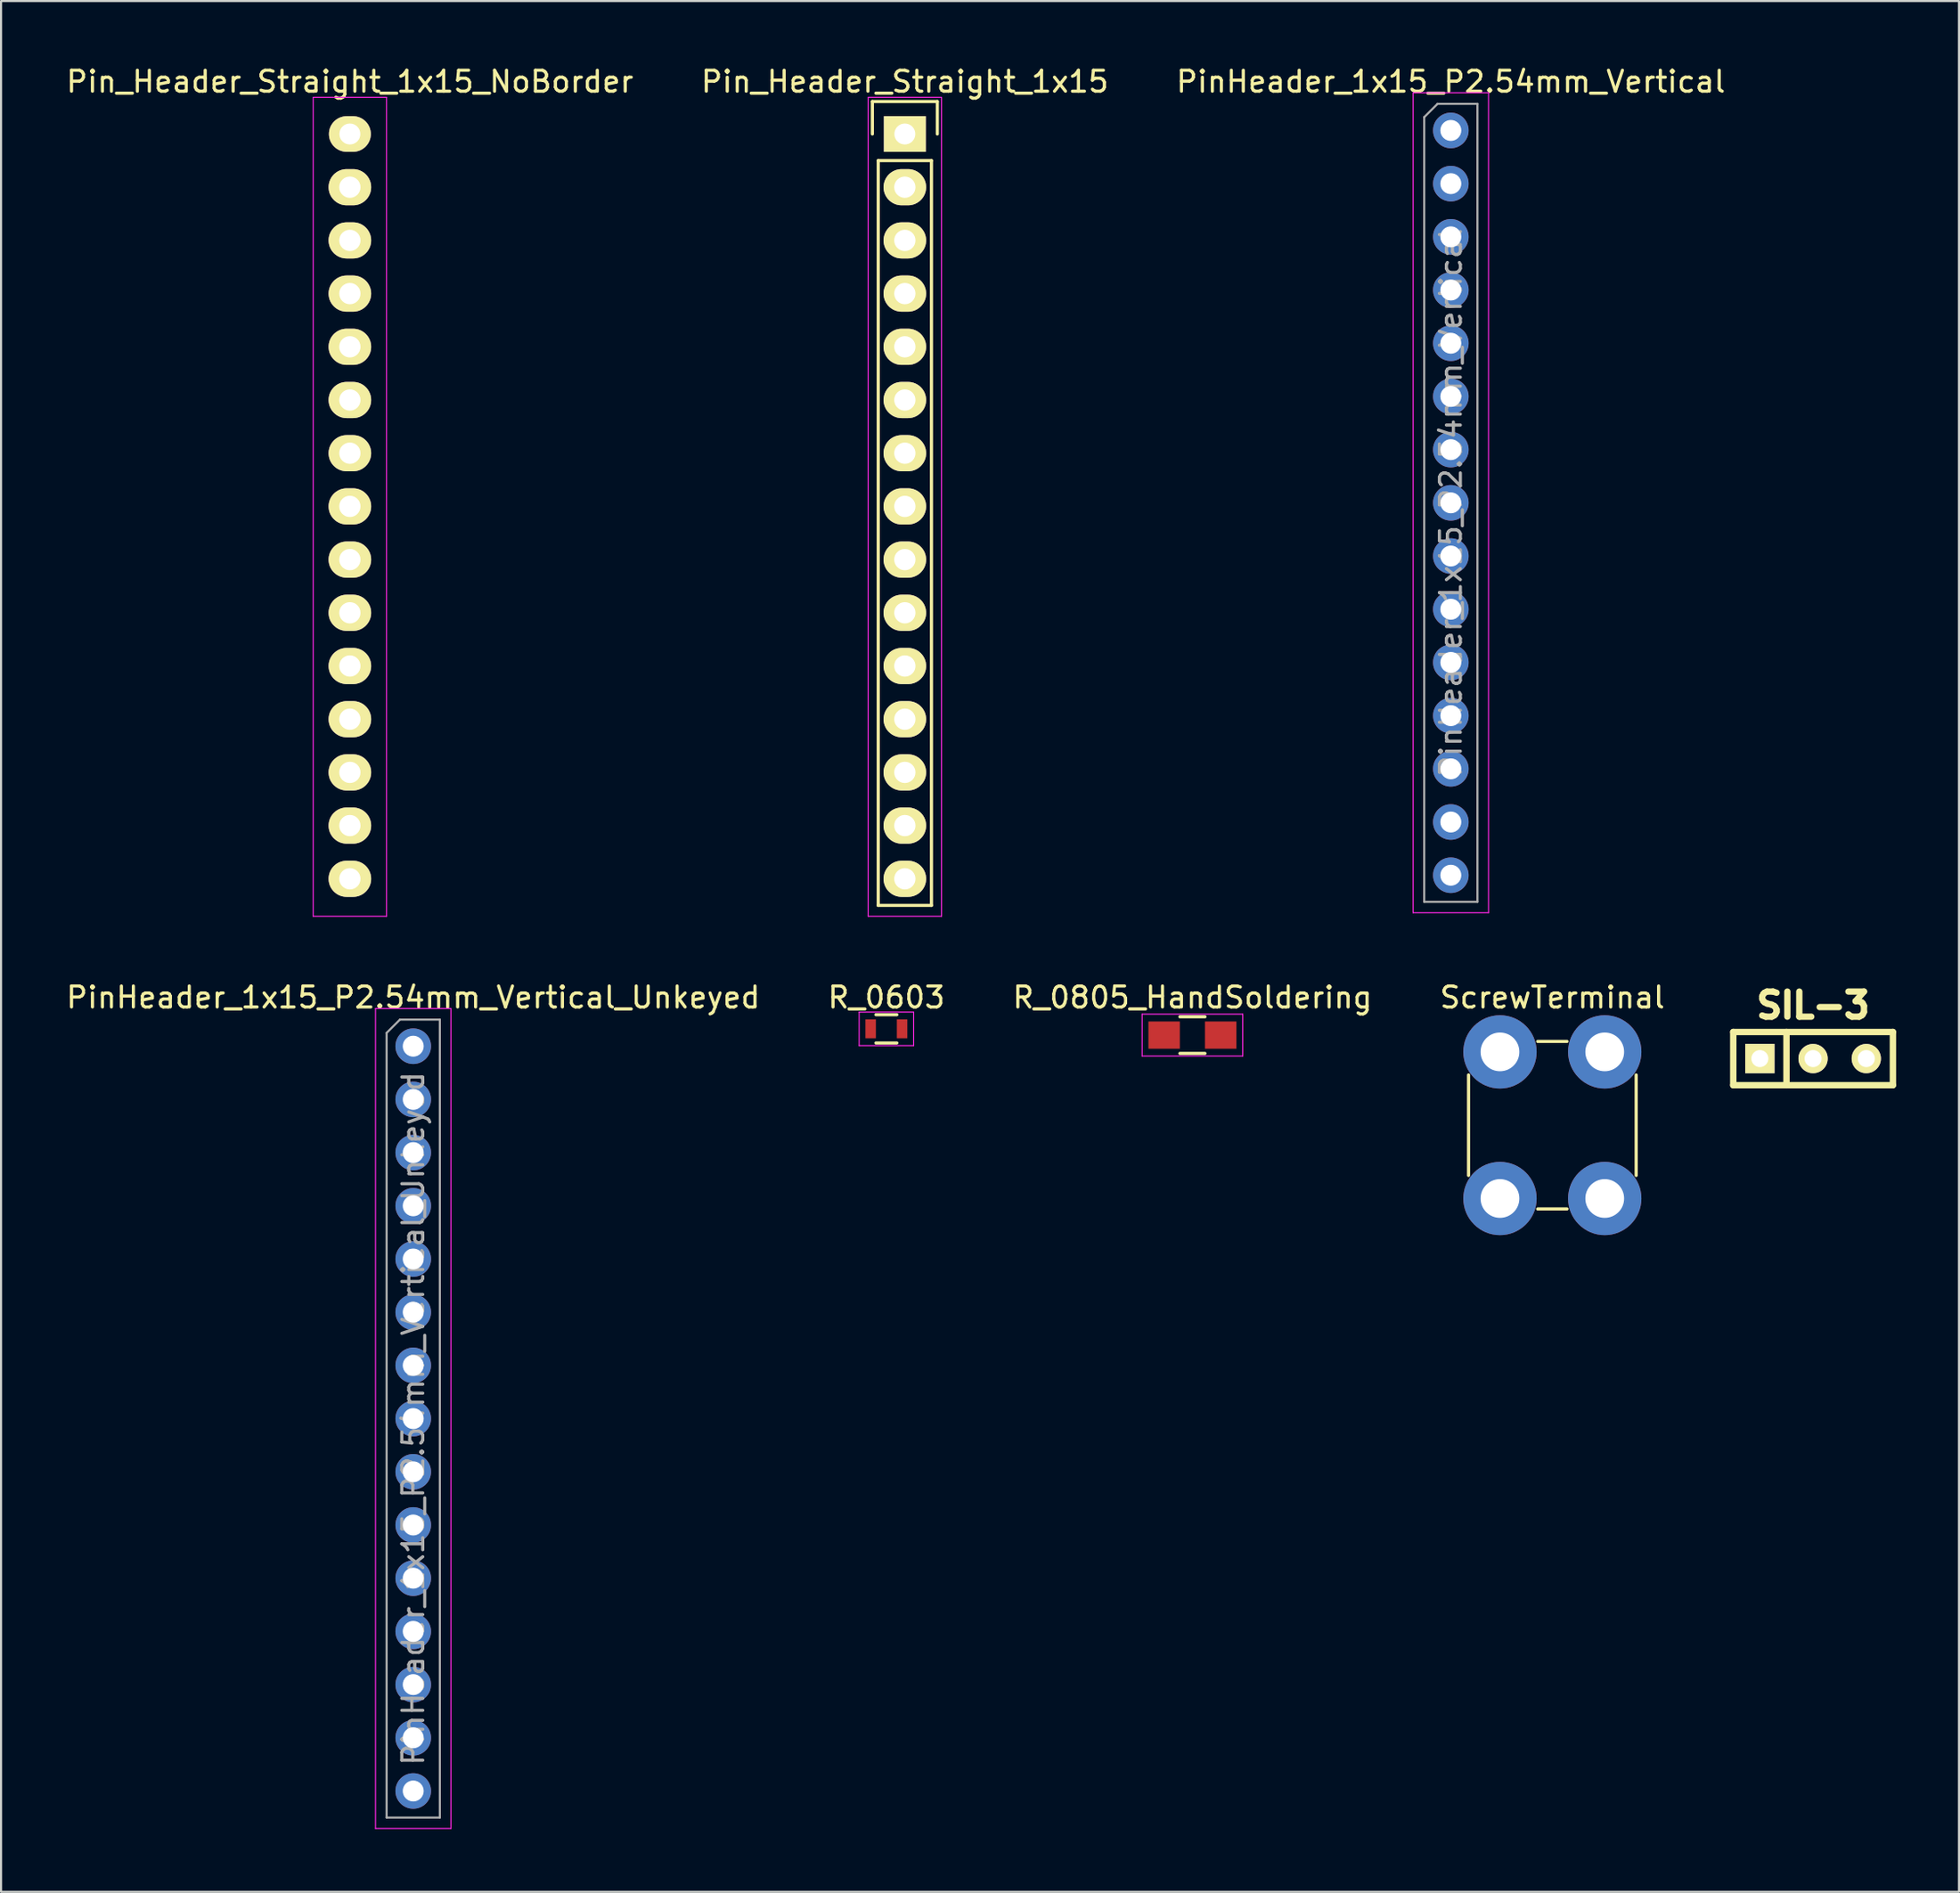
<source format=kicad_pcb>
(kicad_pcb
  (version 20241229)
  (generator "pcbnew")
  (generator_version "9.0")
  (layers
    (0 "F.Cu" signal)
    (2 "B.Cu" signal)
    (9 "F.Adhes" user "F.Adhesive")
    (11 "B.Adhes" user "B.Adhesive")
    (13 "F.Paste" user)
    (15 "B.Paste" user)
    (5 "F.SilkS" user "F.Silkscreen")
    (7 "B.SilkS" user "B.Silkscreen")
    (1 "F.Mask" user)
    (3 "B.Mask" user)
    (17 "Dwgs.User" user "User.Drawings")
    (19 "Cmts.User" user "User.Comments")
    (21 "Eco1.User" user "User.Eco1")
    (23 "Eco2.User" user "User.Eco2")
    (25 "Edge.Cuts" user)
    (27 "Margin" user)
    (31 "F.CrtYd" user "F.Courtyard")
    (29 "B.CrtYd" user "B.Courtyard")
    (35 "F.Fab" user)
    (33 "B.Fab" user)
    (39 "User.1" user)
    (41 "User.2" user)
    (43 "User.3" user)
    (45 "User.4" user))
  (footprint "R_0603"
    (layer "F.Cu")
    (at 39.256 46.072)
    (property "Reference" "R_0603" (at 0 -1.5 0) (layer "F.SilkS") (effects (font (size 1 1) (thickness 0.15))))
    (attr smd)
    (fp_line (start -0.5 -0.675) (end 0.5 -0.675) (stroke (width 0.15) (type solid)) (layer "F.SilkS"))
    (fp_line (start 0.5 0.675) (end -0.5 0.675) (stroke (width 0.15) (type solid)) (layer "F.SilkS"))
    (fp_line (start -1.3 -0.8) (end -1.3 0.8) (stroke (width 0.05) (type solid)) (layer "F.CrtYd"))
    (fp_line (start -1.3 -0.8) (end 1.3 -0.8) (stroke (width 0.05) (type solid)) (layer "F.CrtYd"))
    (fp_line (start -1.3 0.8) (end 1.3 0.8) (stroke (width 0.05) (type solid)) (layer "F.CrtYd"))
    (fp_line (start 1.3 -0.8) (end 1.3 0.8) (stroke (width 0.05) (type solid)) (layer "F.CrtYd"))
    (pad "1" smd rect (at -0.75 0) (size 0.5 0.9) (layers "F.Cu" "F.Mask" "F.Paste"))
    (pad "2" smd rect (at 0.75 0) (size 0.5 0.9) (layers "F.Cu" "F.Mask" "F.Paste")))
  (footprint "Pin_Header_Straight_1x15"
    (layer "F.Cu")
    (at 40.137 3.348)
    (property "Reference" "Pin_Header_Straight_1x15" (at 0 -2.5 0) (layer "F.SilkS") (effects (font (size 1 1) (thickness 0.15))))
    (attr through_hole)
    (fp_line (start -1.55 -1.55) (end 1.55 -1.55) (stroke (width 0.15) (type solid)) (layer "F.SilkS"))
    (fp_line (start -1.55 0) (end -1.55 -1.55) (stroke (width 0.15) (type solid)) (layer "F.SilkS"))
    (fp_line (start -1.27 1.27) (end -1.27 36.83) (stroke (width 0.15) (type solid)) (layer "F.SilkS"))
    (fp_line (start -1.27 36.83) (end 1.27 36.83) (stroke (width 0.15) (type solid)) (layer "F.SilkS"))
    (fp_line (start 1.27 1.27) (end -1.27 1.27) (stroke (width 0.15) (type solid)) (layer "F.SilkS"))
    (fp_line (start 1.27 36.83) (end 1.27 1.27) (stroke (width 0.15) (type solid)) (layer "F.SilkS"))
    (fp_line (start 1.55 -1.55) (end 1.55 0) (stroke (width 0.15) (type solid)) (layer "F.SilkS"))
    (fp_line (start -1.75 -1.75) (end -1.75 37.35) (stroke (width 0.05) (type solid)) (layer "F.CrtYd"))
    (fp_line (start -1.75 -1.75) (end 1.75 -1.75) (stroke (width 0.05) (type solid)) (layer "F.CrtYd"))
    (fp_line (start -1.75 37.35) (end 1.75 37.35) (stroke (width 0.05) (type solid)) (layer "F.CrtYd"))
    (fp_line (start 1.75 -1.75) (end 1.75 37.35) (stroke (width 0.05) (type solid)) (layer "F.CrtYd"))
    (pad "1" thru_hole rect (at 0 0) (size 2 1.7) (drill 1) (layers "*.Cu" "*.Mask" "F.SilkS"))
    (pad "2" thru_hole oval (at 0 2.54) (size 2.032 1.727) (drill 1.016) (layers "*.Cu" "*.Mask" "F.SilkS"))
    (pad "3" thru_hole oval (at 0 5.08) (size 2.032 1.727) (drill 1.016) (layers "*.Cu" "*.Mask" "F.SilkS"))
    (pad "4" thru_hole oval (at 0 7.62) (size 2.032 1.727) (drill 1.016) (layers "*.Cu" "*.Mask" "F.SilkS"))
    (pad "5" thru_hole oval (at 0 10.16) (size 2.032 1.727) (drill 1.016) (layers "*.Cu" "*.Mask" "F.SilkS"))
    (pad "6" thru_hole oval (at 0 12.7) (size 2.032 1.727) (drill 1.016) (layers "*.Cu" "*.Mask" "F.SilkS"))
    (pad "7" thru_hole oval (at 0 15.24) (size 2.032 1.727) (drill 1.016) (layers "*.Cu" "*.Mask" "F.SilkS"))
    (pad "8" thru_hole oval (at 0 17.78) (size 2.032 1.727) (drill 1.016) (layers "*.Cu" "*.Mask" "F.SilkS"))
    (pad "9" thru_hole oval (at 0 20.32) (size 2.032 1.727) (drill 1.016) (layers "*.Cu" "*.Mask" "F.SilkS"))
    (pad "10" thru_hole oval (at 0 22.86) (size 2.032 1.727) (drill 1.016) (layers "*.Cu" "*.Mask" "F.SilkS"))
    (pad "11" thru_hole oval (at 0 25.4) (size 2.032 1.727) (drill 1.016) (layers "*.Cu" "*.Mask" "F.SilkS"))
    (pad "12" thru_hole oval (at 0 27.94) (size 2.032 1.727) (drill 1.016) (layers "*.Cu" "*.Mask" "F.SilkS"))
    (pad "13" thru_hole oval (at 0 30.48) (size 2.032 1.727) (drill 1.016) (layers "*.Cu" "*.Mask" "F.SilkS"))
    (pad "14" thru_hole oval (at 0 33.02) (size 2.032 1.727) (drill 1.016) (layers "*.Cu" "*.Mask" "F.SilkS"))
    (pad "15" thru_hole oval (at 0 35.56) (size 2.032 1.727) (drill 1.016) (layers "*.Cu" "*.Mask" "F.SilkS")))
  (footprint "ScrewTerminal"
    (layer "F.Cu")
    (at 71.042 50.672)
    (property "Reference" "ScrewTerminal" (at 0 -6.1 0) (layer "F.SilkS") (effects (font (size 1 1) (thickness 0.15))))
    (attr through_hole)
    (fp_line (start -4 -2.4) (end -4 2.4) (stroke (width 0.15) (type solid)) (layer "F.SilkS"))
    (fp_line (start -0.7 -4) (end 0.7 -4) (stroke (width 0.15) (type solid)) (layer "F.SilkS"))
    (fp_line (start -0.7 4) (end 0.7 4) (stroke (width 0.15) (type solid)) (layer "F.SilkS"))
    (fp_line (start 4 -2.4) (end 4 2.4) (stroke (width 0.15) (type solid)) (layer "F.SilkS"))
    (pad "1" thru_hole circle (at -2.5 -3.5) (size 3.5 3.5) (drill 1.85) (layers "*.Cu" "*.Mask"))
    (pad "1" thru_hole circle (at -2.5 3.5) (size 3.5 3.5) (drill 1.85) (layers "*.Cu" "*.Mask"))
    (pad "1" thru_hole circle (at 2.5 -3.5) (size 3.5 3.5) (drill 1.85) (layers "*.Cu" "*.Mask"))
    (pad "1" thru_hole circle (at 2.5 3.5) (size 3.5 3.5) (drill 1.85) (layers "*.Cu" "*.Mask")))
  (footprint "Pin_Header_Straight_1x15_NoBorder"
    (layer "F.Cu")
    (at 13.649 3.348)
    (property "Reference" "Pin_Header_Straight_1x15_NoBorder" (at 0 -2.5 0) (layer "F.SilkS") (effects (font (size 1 1) (thickness 0.15))))
    (attr through_hole)
    (fp_line (start -1.75 -1.75) (end -1.75 37.35) (stroke (width 0.05) (type solid)) (layer "F.CrtYd"))
    (fp_line (start -1.75 -1.75) (end 1.75 -1.75) (stroke (width 0.05) (type solid)) (layer "F.CrtYd"))
    (fp_line (start -1.75 37.35) (end 1.75 37.35) (stroke (width 0.05) (type solid)) (layer "F.CrtYd"))
    (fp_line (start 1.75 -1.75) (end 1.75 37.35) (stroke (width 0.05) (type solid)) (layer "F.CrtYd"))
    (pad "1" thru_hole oval (at 0 0) (size 2 1.7) (drill 1) (layers "*.Cu" "*.Mask" "F.SilkS"))
    (pad "2" thru_hole oval (at 0 2.54) (size 2.032 1.727) (drill 1.016) (layers "*.Cu" "*.Mask" "F.SilkS"))
    (pad "3" thru_hole oval (at 0 5.08) (size 2.032 1.727) (drill 1.016) (layers "*.Cu" "*.Mask" "F.SilkS"))
    (pad "4" thru_hole oval (at 0 7.62) (size 2.032 1.727) (drill 1.016) (layers "*.Cu" "*.Mask" "F.SilkS"))
    (pad "5" thru_hole oval (at 0 10.16) (size 2.032 1.727) (drill 1.016) (layers "*.Cu" "*.Mask" "F.SilkS"))
    (pad "6" thru_hole oval (at 0 12.7) (size 2.032 1.727) (drill 1.016) (layers "*.Cu" "*.Mask" "F.SilkS"))
    (pad "7" thru_hole oval (at 0 15.24) (size 2.032 1.727) (drill 1.016) (layers "*.Cu" "*.Mask" "F.SilkS"))
    (pad "8" thru_hole oval (at 0 17.78) (size 2.032 1.727) (drill 1.016) (layers "*.Cu" "*.Mask" "F.SilkS"))
    (pad "9" thru_hole oval (at 0 20.32) (size 2.032 1.727) (drill 1.016) (layers "*.Cu" "*.Mask" "F.SilkS"))
    (pad "10" thru_hole oval (at 0 22.86) (size 2.032 1.727) (drill 1.016) (layers "*.Cu" "*.Mask" "F.SilkS"))
    (pad "11" thru_hole oval (at 0 25.4) (size 2.032 1.727) (drill 1.016) (layers "*.Cu" "*.Mask" "F.SilkS"))
    (pad "12" thru_hole oval (at 0 27.94) (size 2.032 1.727) (drill 1.016) (layers "*.Cu" "*.Mask" "F.SilkS"))
    (pad "13" thru_hole oval (at 0 30.48) (size 2.032 1.727) (drill 1.016) (layers "*.Cu" "*.Mask" "F.SilkS"))
    (pad "14" thru_hole oval (at 0 33.02) (size 2.032 1.727) (drill 1.016) (layers "*.Cu" "*.Mask" "F.SilkS"))
    (pad "15" thru_hole oval (at 0 35.56) (size 2.032 1.727) (drill 1.016) (layers "*.Cu" "*.Mask" "F.SilkS")))
  (footprint "PinHeader_1x15_P2.54mm_Vertical_Unkeyed"
    (layer "F.Cu")
    (at 16.673 46.901)
    (property "Reference" "PinHeader_1x15_P2.54mm_Vertical_Unkeyed" (at 0 -2.33 0) (layer "F.SilkS") (effects (font (size 1 1) (thickness 0.15))))
    (attr through_hole)
    (fp_line (start -1.8 -1.8) (end -1.8 37.35) (stroke (width 0.05) (type solid)) (layer "F.CrtYd"))
    (fp_line (start -1.8 37.35) (end 1.8 37.35) (stroke (width 0.05) (type solid)) (layer "F.CrtYd"))
    (fp_line (start 1.8 -1.8) (end -1.8 -1.8) (stroke (width 0.05) (type solid)) (layer "F.CrtYd"))
    (fp_line (start 1.8 37.35) (end 1.8 -1.8) (stroke (width 0.05) (type solid)) (layer "F.CrtYd"))
    (fp_line (start -1.27 -0.635) (end -0.635 -1.27) (stroke (width 0.1) (type solid)) (layer "F.Fab"))
    (fp_line (start -1.27 36.83) (end -1.27 -0.635) (stroke (width 0.1) (type solid)) (layer "F.Fab"))
    (fp_line (start -0.635 -1.27) (end 1.27 -1.27) (stroke (width 0.1) (type solid)) (layer "F.Fab"))
    (fp_line (start 1.27 -1.27) (end 1.27 36.83) (stroke (width 0.1) (type solid)) (layer "F.Fab"))
    (fp_line (start 1.27 36.83) (end -1.27 36.83) (stroke (width 0.1) (type solid)) (layer "F.Fab"))
    (fp_text user "${REFERENCE}" (at 0 17.78 90) (layer "F.Fab") (effects (font (size 1 1) (thickness 0.15))))
    (pad "1" thru_hole circle (at 0 0) (size 1.7 1.7) (drill 1) (layers "*.Cu" "*.Mask"))
    (pad "2" thru_hole oval (at 0 2.54) (size 1.7 1.7) (drill 1) (layers "*.Cu" "*.Mask"))
    (pad "3" thru_hole oval (at 0 5.08) (size 1.7 1.7) (drill 1) (layers "*.Cu" "*.Mask"))
    (pad "4" thru_hole oval (at 0 7.62) (size 1.7 1.7) (drill 1) (layers "*.Cu" "*.Mask"))
    (pad "5" thru_hole oval (at 0 10.16) (size 1.7 1.7) (drill 1) (layers "*.Cu" "*.Mask"))
    (pad "6" thru_hole oval (at 0 12.7) (size 1.7 1.7) (drill 1) (layers "*.Cu" "*.Mask"))
    (pad "7" thru_hole oval (at 0 15.24) (size 1.7 1.7) (drill 1) (layers "*.Cu" "*.Mask"))
    (pad "8" thru_hole oval (at 0 17.78) (size 1.7 1.7) (drill 1) (layers "*.Cu" "*.Mask"))
    (pad "9" thru_hole oval (at 0 20.32) (size 1.7 1.7) (drill 1) (layers "*.Cu" "*.Mask"))
    (pad "10" thru_hole oval (at 0 22.86) (size 1.7 1.7) (drill 1) (layers "*.Cu" "*.Mask"))
    (pad "11" thru_hole oval (at 0 25.4) (size 1.7 1.7) (drill 1) (layers "*.Cu" "*.Mask"))
    (pad "12" thru_hole oval (at 0 27.94) (size 1.7 1.7) (drill 1) (layers "*.Cu" "*.Mask"))
    (pad "13" thru_hole oval (at 0 30.48) (size 1.7 1.7) (drill 1) (layers "*.Cu" "*.Mask"))
    (pad "14" thru_hole oval (at 0 33.02) (size 1.7 1.7) (drill 1) (layers "*.Cu" "*.Mask"))
    (pad "15" thru_hole oval (at 0 35.56) (size 1.7 1.7) (drill 1) (layers "*.Cu" "*.Mask")))
  (footprint "PinHeader_1x15_P2.54mm_Vertical"
    (layer "F.Cu")
    (at 66.196 3.178)
    (property "Reference" "PinHeader_1x15_P2.54mm_Vertical" (at 0 -2.33 0) (layer "F.SilkS") (effects (font (size 1 1) (thickness 0.15))))
    (attr through_hole)
    (fp_line (start -1.8 -1.8) (end -1.8 37.35) (stroke (width 0.05) (type solid)) (layer "F.CrtYd"))
    (fp_line (start -1.8 37.35) (end 1.8 37.35) (stroke (width 0.05) (type solid)) (layer "F.CrtYd"))
    (fp_line (start 1.8 -1.8) (end -1.8 -1.8) (stroke (width 0.05) (type solid)) (layer "F.CrtYd"))
    (fp_line (start 1.8 37.35) (end 1.8 -1.8) (stroke (width 0.05) (type solid)) (layer "F.CrtYd"))
    (fp_line (start -1.27 -0.635) (end -0.635 -1.27) (stroke (width 0.1) (type solid)) (layer "F.Fab"))
    (fp_line (start -1.27 36.83) (end -1.27 -0.635) (stroke (width 0.1) (type solid)) (layer "F.Fab"))
    (fp_line (start -0.635 -1.27) (end 1.27 -1.27) (stroke (width 0.1) (type solid)) (layer "F.Fab"))
    (fp_line (start 1.27 -1.27) (end 1.27 36.83) (stroke (width 0.1) (type solid)) (layer "F.Fab"))
    (fp_line (start 1.27 36.83) (end -1.27 36.83) (stroke (width 0.1) (type solid)) (layer "F.Fab"))
    (fp_text user "${REFERENCE}" (at 0 17.78 90) (layer "F.Fab") (effects (font (size 1 1) (thickness 0.15))))
    (pad "1" thru_hole circle (at 0 0) (size 1.7 1.7) (drill 1) (layers "*.Cu" "*.Mask"))
    (pad "2" thru_hole oval (at 0 2.54) (size 1.7 1.7) (drill 1) (layers "*.Cu" "*.Mask"))
    (pad "3" thru_hole oval (at 0 5.08) (size 1.7 1.7) (drill 1) (layers "*.Cu" "*.Mask"))
    (pad "4" thru_hole oval (at 0 7.62) (size 1.7 1.7) (drill 1) (layers "*.Cu" "*.Mask"))
    (pad "5" thru_hole oval (at 0 10.16) (size 1.7 1.7) (drill 1) (layers "*.Cu" "*.Mask"))
    (pad "6" thru_hole oval (at 0 12.7) (size 1.7 1.7) (drill 1) (layers "*.Cu" "*.Mask"))
    (pad "7" thru_hole oval (at 0 15.24) (size 1.7 1.7) (drill 1) (layers "*.Cu" "*.Mask"))
    (pad "8" thru_hole oval (at 0 17.78) (size 1.7 1.7) (drill 1) (layers "*.Cu" "*.Mask"))
    (pad "9" thru_hole oval (at 0 20.32) (size 1.7 1.7) (drill 1) (layers "*.Cu" "*.Mask"))
    (pad "10" thru_hole oval (at 0 22.86) (size 1.7 1.7) (drill 1) (layers "*.Cu" "*.Mask"))
    (pad "11" thru_hole oval (at 0 25.4) (size 1.7 1.7) (drill 1) (layers "*.Cu" "*.Mask"))
    (pad "12" thru_hole oval (at 0 27.94) (size 1.7 1.7) (drill 1) (layers "*.Cu" "*.Mask"))
    (pad "13" thru_hole oval (at 0 30.48) (size 1.7 1.7) (drill 1) (layers "*.Cu" "*.Mask"))
    (pad "14" thru_hole oval (at 0 33.02) (size 1.7 1.7) (drill 1) (layers "*.Cu" "*.Mask"))
    (pad "15" thru_hole oval (at 0 35.56) (size 1.7 1.7) (drill 1) (layers "*.Cu" "*.Mask")))
  (footprint "R_0805_HandSoldering"
    (layer "F.Cu")
    (at 53.863 46.371)
    (property "Reference" "R_0805_HandSoldering" (at 0 -1.8 0) (layer "F.SilkS") (effects (font (size 1 1) (thickness 0.15))))
    (attr smd)
    (fp_line (start -0.6 -0.875) (end 0.6 -0.875) (stroke (width 0.15) (type solid)) (layer "F.SilkS"))
    (fp_line (start 0.6 0.875) (end -0.6 0.875) (stroke (width 0.15) (type solid)) (layer "F.SilkS"))
    (fp_line (start -2.4 -1) (end -2.4 1) (stroke (width 0.05) (type solid)) (layer "F.CrtYd"))
    (fp_line (start -2.4 -1) (end 2.4 -1) (stroke (width 0.05) (type solid)) (layer "F.CrtYd"))
    (fp_line (start -2.4 1) (end 2.4 1) (stroke (width 0.05) (type solid)) (layer "F.CrtYd"))
    (fp_line (start 2.4 -1) (end 2.4 1) (stroke (width 0.05) (type solid)) (layer "F.CrtYd"))
    (pad "1" smd rect (at -1.35 0) (size 1.5 1.3) (layers "F.Cu" "F.Mask" "F.Paste"))
    (pad "2" smd rect (at 1.35 0) (size 1.5 1.3) (layers "F.Cu" "F.Mask" "F.Paste")))
  (footprint "SIL-3"
    (layer "F.Cu")
    (at 83.486 47.492)
    (property "Reference" "SIL-3" (at 0 -2.54 0) (layer "F.SilkS") (effects (font (size 1.2 1.2) (thickness 0.3))))
    (attr through_hole)
    (fp_line (start -3.81 -1.27) (end 3.81 -1.27) (stroke (width 0.305) (type solid)) (layer "F.SilkS"))
    (fp_line (start -3.81 1.27) (end -3.81 -1.27) (stroke (width 0.305) (type solid)) (layer "F.SilkS"))
    (fp_line (start -1.27 -1.27) (end -1.27 1.27) (stroke (width 0.305) (type solid)) (layer "F.SilkS"))
    (fp_line (start 3.81 -1.27) (end 3.81 1.27) (stroke (width 0.305) (type solid)) (layer "F.SilkS"))
    (fp_line (start 3.81 1.27) (end -3.81 1.27) (stroke (width 0.305) (type solid)) (layer "F.SilkS"))
    (pad "1" thru_hole rect (at -2.54 0) (size 1.397 1.397) (drill 0.813) (layers "*.Cu" "*.Mask" "F.SilkS"))
    (pad "2" thru_hole circle (at 0 0) (size 1.397 1.397) (drill 0.813) (layers "*.Cu" "*.Mask" "F.SilkS"))
    (pad "3" thru_hole circle (at 2.54 0) (size 1.397 1.397) (drill 0.813) (layers "*.Cu" "*.Mask" "F.SilkS")))
  (gr_rect
    (start -3 -3)
    (end 90.449 87.276)
    (stroke (width 0.1) (type default))
    (fill no)
    (layer "Edge.Cuts")))
</source>
